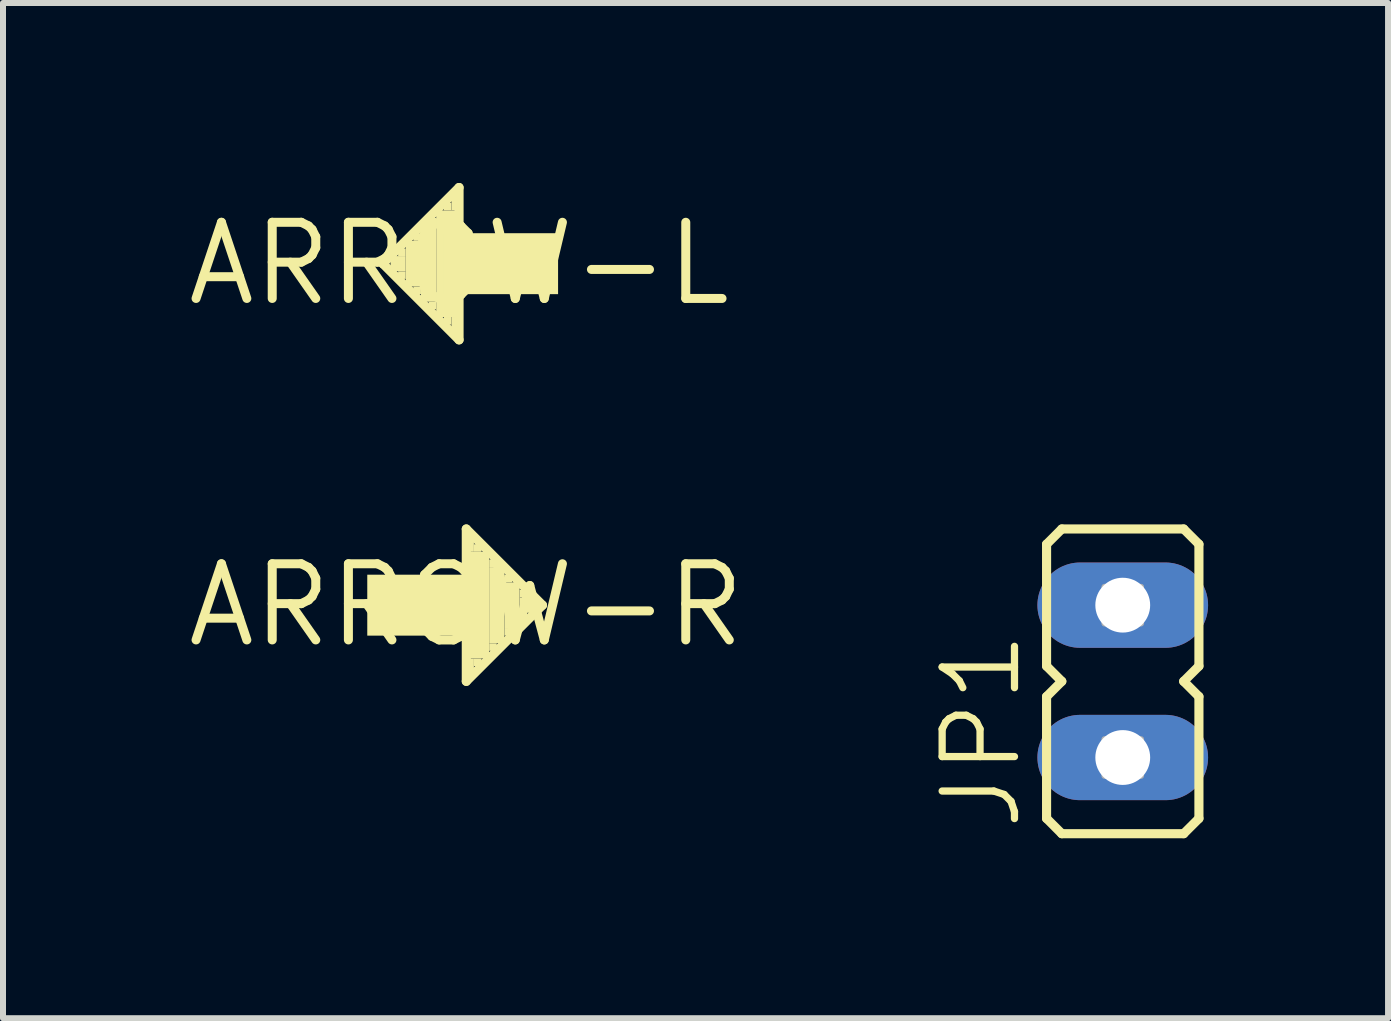
<source format=kicad_pcb>
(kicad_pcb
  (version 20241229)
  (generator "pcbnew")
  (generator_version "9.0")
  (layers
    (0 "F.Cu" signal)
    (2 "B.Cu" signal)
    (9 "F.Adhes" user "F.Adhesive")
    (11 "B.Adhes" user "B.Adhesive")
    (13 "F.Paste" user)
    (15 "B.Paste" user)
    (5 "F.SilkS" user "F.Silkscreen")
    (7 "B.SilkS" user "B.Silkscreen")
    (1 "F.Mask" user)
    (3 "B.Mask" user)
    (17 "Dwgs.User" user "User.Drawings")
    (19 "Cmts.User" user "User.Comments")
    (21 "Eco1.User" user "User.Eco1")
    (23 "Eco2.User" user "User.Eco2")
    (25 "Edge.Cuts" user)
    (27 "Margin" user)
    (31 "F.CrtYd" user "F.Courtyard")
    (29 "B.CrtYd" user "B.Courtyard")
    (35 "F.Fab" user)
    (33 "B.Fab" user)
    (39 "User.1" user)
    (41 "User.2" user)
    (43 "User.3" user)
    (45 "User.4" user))
  (footprint "ARROW-L"
    (layer "F.Cu")
    (at 4.603 1.346)
    (property "Reference" "ARROW-L" (at 0 0 0) (layer "F.SilkS") (effects (font (size 1.27 1.27) (thickness 0.15))))
    (attr through_hole)
    (fp_line (start -1.27 0) (end 0 1.27) (stroke (width 0.152) (type solid)) (layer "F.SilkS"))
    (fp_line (start 0 -1.27) (end -1.27 0) (stroke (width 0.152) (type solid)) (layer "F.SilkS"))
    (fp_line (start 0 1.27) (end 0 -1.27) (stroke (width 0.152) (type solid)) (layer "F.SilkS"))
    (fp_poly (pts (xy -0.889 -0.127) (xy -0.889 -0.254) (xy -1.016 -0.254) (xy -1.016 -0.127)) (stroke (width 0) (type solid)) (fill yes) (layer "F.SilkS"))
    (fp_poly (pts (xy -0.889 0.127) (xy -0.889 -0.127) (xy -1.143 -0.127) (xy -1.143 0.127)) (stroke (width 0) (type solid)) (fill yes) (layer "F.SilkS"))
    (fp_poly (pts (xy -0.889 0.254) (xy -0.889 0.127) (xy -1.016 0.127) (xy -1.016 0.254)) (stroke (width 0) (type solid)) (fill yes) (layer "F.SilkS"))
    (fp_poly (pts (xy -0.635 -0.381) (xy -0.635 -0.508) (xy -0.762 -0.508) (xy -0.762 -0.381)) (stroke (width 0) (type solid)) (fill yes) (layer "F.SilkS"))
    (fp_poly (pts (xy -0.635 0.381) (xy -0.635 -0.381) (xy -0.889 -0.381) (xy -0.889 0.381)) (stroke (width 0) (type solid)) (fill yes) (layer "F.SilkS"))
    (fp_poly (pts (xy -0.635 0.508) (xy -0.635 0.381) (xy -0.762 0.381) (xy -0.762 0.508)) (stroke (width 0) (type solid)) (fill yes) (layer "F.SilkS"))
    (fp_poly (pts (xy -0.381 -0.635) (xy -0.381 -0.762) (xy -0.508 -0.762) (xy -0.508 -0.635)) (stroke (width 0) (type solid)) (fill yes) (layer "F.SilkS"))
    (fp_poly (pts (xy -0.381 0.635) (xy -0.381 -0.635) (xy -0.635 -0.635) (xy -0.635 0.635)) (stroke (width 0) (type solid)) (fill yes) (layer "F.SilkS"))
    (fp_poly (pts (xy -0.381 0.762) (xy -0.381 0.635) (xy -0.508 0.635) (xy -0.508 0.762)) (stroke (width 0) (type solid)) (fill yes) (layer "F.SilkS"))
    (fp_poly (pts (xy -0.127 -0.889) (xy -0.127 -1.016) (xy -0.254 -1.016) (xy -0.254 -0.889)) (stroke (width 0) (type solid)) (fill yes) (layer "F.SilkS"))
    (fp_poly (pts (xy -0.127 1.016) (xy -0.127 0.889) (xy -0.254 0.889) (xy -0.254 1.016)) (stroke (width 0) (type solid)) (fill yes) (layer "F.SilkS"))
    (fp_poly (pts (xy 0 -0.889) (xy 0 -1.143) (xy -0.127 -1.143) (xy -0.127 -0.889)) (stroke (width 0) (type solid)) (fill yes) (layer "F.SilkS"))
    (fp_poly (pts (xy 0 0.889) (xy 0 -0.889) (xy -0.381 -0.889) (xy -0.381 0.889)) (stroke (width 0) (type solid)) (fill yes) (layer "F.SilkS"))
    (fp_poly (pts (xy 0 1.143) (xy 0 0.889) (xy -0.127 0.889) (xy -0.127 1.143)) (stroke (width 0) (type solid)) (fill yes) (layer "F.SilkS"))
    (fp_poly (pts (xy 1.651 0.508) (xy 1.651 -0.508) (xy -0.254 -0.508) (xy -0.254 0.508)) (stroke (width 0) (type solid)) (fill yes) (layer "F.SilkS")))
  (footprint "ARROW-R"
    (layer "F.Cu")
    (at 4.724 7.039)
    (property "Reference" "ARROW-R" (at 0 0 0) (layer "F.SilkS") (effects (font (size 1.27 1.27) (thickness 0.15))))
    (attr through_hole)
    (fp_line (start 0 -1.27) (end 0 1.27) (stroke (width 0.152) (type solid)) (layer "F.SilkS"))
    (fp_line (start 0 1.27) (end 1.27 0) (stroke (width 0.152) (type solid)) (layer "F.SilkS"))
    (fp_line (start 1.27 0) (end 0 -1.27) (stroke (width 0.152) (type solid)) (layer "F.SilkS"))
    (fp_poly (pts (xy -1.651 -0.508) (xy -1.651 0.508) (xy 0.254 0.508) (xy 0.254 -0.508)) (stroke (width 0) (type solid)) (fill yes) (layer "F.SilkS"))
    (fp_poly (pts (xy 0 -1.143) (xy 0 -0.889) (xy 0.127 -0.889) (xy 0.127 -1.143)) (stroke (width 0) (type solid)) (fill yes) (layer "F.SilkS"))
    (fp_poly (pts (xy 0 -0.889) (xy 0 0.889) (xy 0.381 0.889) (xy 0.381 -0.889)) (stroke (width 0) (type solid)) (fill yes) (layer "F.SilkS"))
    (fp_poly (pts (xy 0 0.889) (xy 0 1.143) (xy 0.127 1.143) (xy 0.127 0.889)) (stroke (width 0) (type solid)) (fill yes) (layer "F.SilkS"))
    (fp_poly (pts (xy 0.127 -1.016) (xy 0.127 -0.889) (xy 0.254 -0.889) (xy 0.254 -1.016)) (stroke (width 0) (type solid)) (fill yes) (layer "F.SilkS"))
    (fp_poly (pts (xy 0.127 0.889) (xy 0.127 1.016) (xy 0.254 1.016) (xy 0.254 0.889)) (stroke (width 0) (type solid)) (fill yes) (layer "F.SilkS"))
    (fp_poly (pts (xy 0.381 -0.762) (xy 0.381 -0.635) (xy 0.508 -0.635) (xy 0.508 -0.762)) (stroke (width 0) (type solid)) (fill yes) (layer "F.SilkS"))
    (fp_poly (pts (xy 0.381 -0.635) (xy 0.381 0.635) (xy 0.635 0.635) (xy 0.635 -0.635)) (stroke (width 0) (type solid)) (fill yes) (layer "F.SilkS"))
    (fp_poly (pts (xy 0.381 0.635) (xy 0.381 0.762) (xy 0.508 0.762) (xy 0.508 0.635)) (stroke (width 0) (type solid)) (fill yes) (layer "F.SilkS"))
    (fp_poly (pts (xy 0.635 -0.508) (xy 0.635 -0.381) (xy 0.762 -0.381) (xy 0.762 -0.508)) (stroke (width 0) (type solid)) (fill yes) (layer "F.SilkS"))
    (fp_poly (pts (xy 0.635 -0.381) (xy 0.635 0.381) (xy 0.889 0.381) (xy 0.889 -0.381)) (stroke (width 0) (type solid)) (fill yes) (layer "F.SilkS"))
    (fp_poly (pts (xy 0.635 0.381) (xy 0.635 0.508) (xy 0.762 0.508) (xy 0.762 0.381)) (stroke (width 0) (type solid)) (fill yes) (layer "F.SilkS"))
    (fp_poly (pts (xy 0.889 -0.254) (xy 0.889 -0.127) (xy 1.016 -0.127) (xy 1.016 -0.254)) (stroke (width 0) (type solid)) (fill yes) (layer "F.SilkS"))
    (fp_poly (pts (xy 0.889 -0.127) (xy 0.889 0.127) (xy 1.143 0.127) (xy 1.143 -0.127)) (stroke (width 0) (type solid)) (fill yes) (layer "F.SilkS"))
    (fp_poly (pts (xy 0.889 0.127) (xy 0.889 0.254) (xy 1.016 0.254) (xy 1.016 0.127)) (stroke (width 0) (type solid)) (fill yes) (layer "F.SilkS")))
  (footprint "JP1"
    (layer "F.Cu")
    (at 15.668 8.309)
    (property "Reference" "JP1" (at -1.651 2.54 90) (layer "F.SilkS") (effects (font (size 1.206 1.206) (thickness 0.121)) (justify left bottom)))
    (attr through_hole)
    (fp_line (start -1.27 -2.286) (end -1.27 -0.254) (stroke (width 0.152) (type solid)) (layer "F.SilkS"))
    (fp_line (start -1.27 -2.286) (end -1.016 -2.54) (stroke (width 0.152) (type solid)) (layer "F.SilkS"))
    (fp_line (start -1.27 0.254) (end -1.27 2.286) (stroke (width 0.152) (type solid)) (layer "F.SilkS"))
    (fp_line (start -1.016 0) (end -1.27 -0.254) (stroke (width 0.152) (type solid)) (layer "F.SilkS"))
    (fp_line (start -1.016 0) (end -1.27 0.254) (stroke (width 0.152) (type solid)) (layer "F.SilkS"))
    (fp_line (start -1.016 2.54) (end -1.27 2.286) (stroke (width 0.152) (type solid)) (layer "F.SilkS"))
    (fp_line (start -1.016 2.54) (end 1.016 2.54) (stroke (width 0.152) (type solid)) (layer "F.SilkS"))
    (fp_line (start 1.016 -2.54) (end -1.016 -2.54) (stroke (width 0.152) (type solid)) (layer "F.SilkS"))
    (fp_line (start 1.016 0) (end 1.27 -0.254) (stroke (width 0.152) (type solid)) (layer "F.SilkS"))
    (fp_line (start 1.016 0) (end 1.27 0.254) (stroke (width 0.152) (type solid)) (layer "F.SilkS"))
    (fp_line (start 1.016 2.54) (end 1.27 2.286) (stroke (width 0.152) (type solid)) (layer "F.SilkS"))
    (fp_line (start 1.27 -2.286) (end 1.016 -2.54) (stroke (width 0.152) (type solid)) (layer "F.SilkS"))
    (fp_line (start 1.27 -2.286) (end 1.27 -0.254) (stroke (width 0.152) (type solid)) (layer "F.SilkS"))
    (fp_line (start 1.27 0.254) (end 1.27 2.286) (stroke (width 0.152) (type solid)) (layer "F.SilkS"))
    (fp_poly (pts (xy -0.305 -0.965) (xy 0.305 -0.965) (xy 0.305 -1.575) (xy -0.305 -1.575)) (stroke (width 0.1) (type solid)) (fill no) (layer "F.Fab"))
    (fp_poly (pts (xy -0.305 1.575) (xy 0.305 1.575) (xy 0.305 0.965) (xy -0.305 0.965)) (stroke (width 0.1) (type solid)) (fill no) (layer "F.Fab"))
    (pad "1" thru_hole oval (at 0 1.27) (size 2.845 1.422) (drill 0.914) (layers "*.Cu" "*.Mask"))
    (pad "2" thru_hole oval (at 0 -1.27) (size 2.845 1.422) (drill 0.914) (layers "*.Cu" "*.Mask")))
  (gr_rect
    (start -3 -3)
    (end 20.091 13.925)
    (stroke (width 0.1) (type default))
    (fill no)
    (layer "Edge.Cuts")))
</source>
